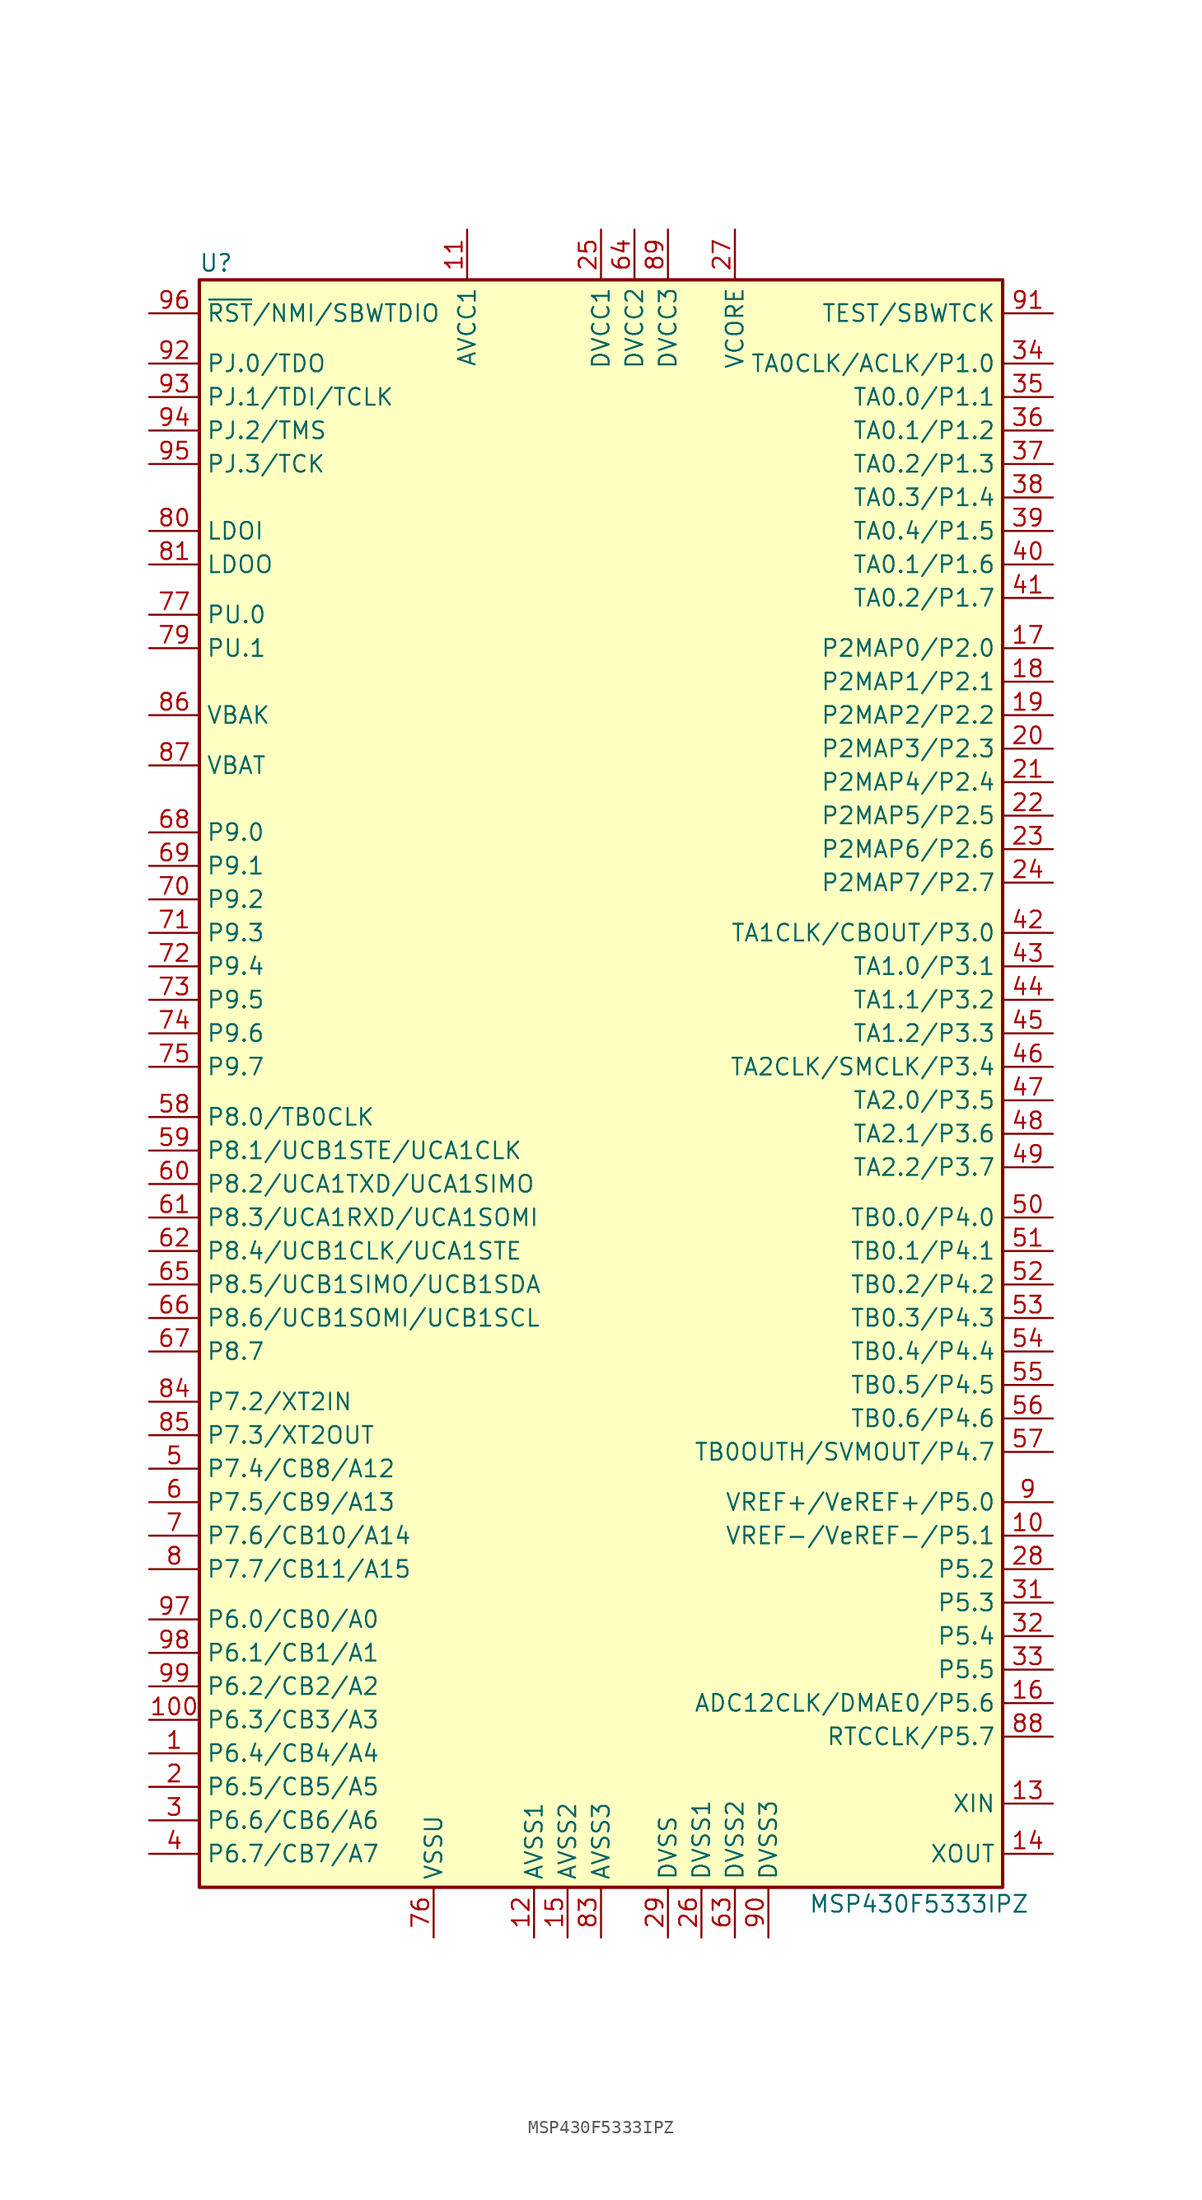
<source format=kicad_sym>
(kicad_symbol_lib
  (version 20201005)
  (generator kicad_symbol_editor)
  (symbol "MSP430F5333IPZ"
    (property "Reference" "U"
      (at -29.21 60.96 0)
      (effects (font (size 1.27 1.27))))
    (property "Value" "MSP430F5333IPZ"
      (at 24.13 -63.5 0)
      (effects (font (size 1.27 1.27))))
    (symbol "MSP430F5333IPZ_0_1"
      (rectangle (start -30.48 59.69) (end 30.48 -62.23) (stroke (width 0.254)) (fill (type background))))
    (symbol "MSP430F5333IPZ_1_1"
      (pin bidirectional line (at -34.29 -52.07 0) (length 3.81) (name "P6.4/CB4/A4" (effects (font (size 1.27 1.27)))) (number "1" (effects (font (size 1.27 1.27)))))
      (pin bidirectional line (at 34.29 -35.56 180) (length 3.81) (name "VREF-/VeREF-/P5.1" (effects (font (size 1.27 1.27)))) (number "10" (effects (font (size 1.27 1.27)))))
      (pin bidirectional line (at -34.29 -49.53 0) (length 3.81) (name "P6.3/CB3/A3" (effects (font (size 1.27 1.27)))) (number "100" (effects (font (size 1.27 1.27)))))
      (pin power_in line (at -10.16 63.5 270) (length 3.81) (name "AVCC1" (effects (font (size 1.27 1.27)))) (number "11" (effects (font (size 1.27 1.27)))))
      (pin power_in line (at -5.08 -66.04 90) (length 3.81) (name "AVSS1" (effects (font (size 1.27 1.27)))) (number "12" (effects (font (size 1.27 1.27)))))
      (pin bidirectional line (at 34.29 -55.88 180) (length 3.81) (name "XIN" (effects (font (size 1.27 1.27)))) (number "13" (effects (font (size 1.27 1.27)))))
      (pin bidirectional line (at 34.29 -59.69 180) (length 3.81) (name "XOUT" (effects (font (size 1.27 1.27)))) (number "14" (effects (font (size 1.27 1.27)))))
      (pin power_in line (at -2.54 -66.04 90) (length 3.81) (name "AVSS2" (effects (font (size 1.27 1.27)))) (number "15" (effects (font (size 1.27 1.27)))))
      (pin bidirectional line (at 34.29 -48.26 180) (length 3.81) (name "ADC12CLK/DMAE0/P5.6" (effects (font (size 1.27 1.27)))) (number "16" (effects (font (size 1.27 1.27)))))
      (pin bidirectional line (at 34.29 31.75 180) (length 3.81) (name "P2MAP0/P2.0" (effects (font (size 1.27 1.27)))) (number "17" (effects (font (size 1.27 1.27)))))
      (pin bidirectional line (at 34.29 29.21 180) (length 3.81) (name "P2MAP1/P2.1" (effects (font (size 1.27 1.27)))) (number "18" (effects (font (size 1.27 1.27)))))
      (pin bidirectional line (at 34.29 26.67 180) (length 3.81) (name "P2MAP2/P2.2" (effects (font (size 1.27 1.27)))) (number "19" (effects (font (size 1.27 1.27)))))
      (pin bidirectional line (at -34.29 -54.61 0) (length 3.81) (name "P6.5/CB5/A5" (effects (font (size 1.27 1.27)))) (number "2" (effects (font (size 1.27 1.27)))))
      (pin bidirectional line (at 34.29 24.13 180) (length 3.81) (name "P2MAP3/P2.3" (effects (font (size 1.27 1.27)))) (number "20" (effects (font (size 1.27 1.27)))))
      (pin bidirectional line (at 34.29 21.59 180) (length 3.81) (name "P2MAP4/P2.4" (effects (font (size 1.27 1.27)))) (number "21" (effects (font (size 1.27 1.27)))))
      (pin bidirectional line (at 34.29 19.05 180) (length 3.81) (name "P2MAP5/P2.5" (effects (font (size 1.27 1.27)))) (number "22" (effects (font (size 1.27 1.27)))))
      (pin bidirectional line (at 34.29 16.51 180) (length 3.81) (name "P2MAP6/P2.6" (effects (font (size 1.27 1.27)))) (number "23" (effects (font (size 1.27 1.27)))))
      (pin bidirectional line (at 34.29 13.97 180) (length 3.81) (name "P2MAP7/P2.7" (effects (font (size 1.27 1.27)))) (number "24" (effects (font (size 1.27 1.27)))))
      (pin power_in line (at 0 63.5 270) (length 3.81) (name "DVCC1" (effects (font (size 1.27 1.27)))) (number "25" (effects (font (size 1.27 1.27)))))
      (pin power_in line (at 7.62 -66.04 90) (length 3.81) (name "DVSS1" (effects (font (size 1.27 1.27)))) (number "26" (effects (font (size 1.27 1.27)))))
      (pin bidirectional line (at 10.16 63.5 270) (length 3.81) (name "VCORE" (effects (font (size 1.27 1.27)))) (number "27" (effects (font (size 1.27 1.27)))))
      (pin bidirectional line (at 34.29 -38.1 180) (length 3.81) (name "P5.2" (effects (font (size 1.27 1.27)))) (number "28" (effects (font (size 1.27 1.27)))))
      (pin power_in line (at 5.08 -66.04 90) (length 3.81) (name "DVSS" (effects (font (size 1.27 1.27)))) (number "29" (effects (font (size 1.27 1.27)))))
      (pin bidirectional line (at -34.29 -57.15 0) (length 3.81) (name "P6.6/CB6/A6" (effects (font (size 1.27 1.27)))) (number "3" (effects (font (size 1.27 1.27)))))
      (pin bidirectional line (at 34.29 -40.64 180) (length 3.81) (name "P5.3" (effects (font (size 1.27 1.27)))) (number "31" (effects (font (size 1.27 1.27)))))
      (pin bidirectional line (at 34.29 -43.18 180) (length 3.81) (name "P5.4" (effects (font (size 1.27 1.27)))) (number "32" (effects (font (size 1.27 1.27)))))
      (pin bidirectional line (at 34.29 -45.72 180) (length 3.81) (name "P5.5" (effects (font (size 1.27 1.27)))) (number "33" (effects (font (size 1.27 1.27)))))
      (pin bidirectional line (at 34.29 53.34 180) (length 3.81) (name "TA0CLK/ACLK/P1.0" (effects (font (size 1.27 1.27)))) (number "34" (effects (font (size 1.27 1.27)))))
      (pin bidirectional line (at 34.29 50.8 180) (length 3.81) (name "TA0.0/P1.1" (effects (font (size 1.27 1.27)))) (number "35" (effects (font (size 1.27 1.27)))))
      (pin bidirectional line (at 34.29 48.26 180) (length 3.81) (name "TA0.1/P1.2" (effects (font (size 1.27 1.27)))) (number "36" (effects (font (size 1.27 1.27)))))
      (pin bidirectional line (at 34.29 45.72 180) (length 3.81) (name "TA0.2/P1.3" (effects (font (size 1.27 1.27)))) (number "37" (effects (font (size 1.27 1.27)))))
      (pin bidirectional line (at 34.29 43.18 180) (length 3.81) (name "TA0.3/P1.4" (effects (font (size 1.27 1.27)))) (number "38" (effects (font (size 1.27 1.27)))))
      (pin bidirectional line (at 34.29 40.64 180) (length 3.81) (name "TA0.4/P1.5" (effects (font (size 1.27 1.27)))) (number "39" (effects (font (size 1.27 1.27)))))
      (pin bidirectional line (at -34.29 -59.69 0) (length 3.81) (name "P6.7/CB7/A7" (effects (font (size 1.27 1.27)))) (number "4" (effects (font (size 1.27 1.27)))))
      (pin bidirectional line (at 34.29 38.1 180) (length 3.81) (name "TA0.1/P1.6" (effects (font (size 1.27 1.27)))) (number "40" (effects (font (size 1.27 1.27)))))
      (pin bidirectional line (at 34.29 35.56 180) (length 3.81) (name "TA0.2/P1.7" (effects (font (size 1.27 1.27)))) (number "41" (effects (font (size 1.27 1.27)))))
      (pin bidirectional line (at 34.29 10.16 180) (length 3.81) (name "TA1CLK/CBOUT/P3.0" (effects (font (size 1.27 1.27)))) (number "42" (effects (font (size 1.27 1.27)))))
      (pin bidirectional line (at 34.29 7.62 180) (length 3.81) (name "TA1.0/P3.1" (effects (font (size 1.27 1.27)))) (number "43" (effects (font (size 1.27 1.27)))))
      (pin bidirectional line (at 34.29 5.08 180) (length 3.81) (name "TA1.1/P3.2" (effects (font (size 1.27 1.27)))) (number "44" (effects (font (size 1.27 1.27)))))
      (pin bidirectional line (at 34.29 2.54 180) (length 3.81) (name "TA1.2/P3.3" (effects (font (size 1.27 1.27)))) (number "45" (effects (font (size 1.27 1.27)))))
      (pin bidirectional line (at 34.29 0 180) (length 3.81) (name "TA2CLK/SMCLK/P3.4" (effects (font (size 1.27 1.27)))) (number "46" (effects (font (size 1.27 1.27)))))
      (pin bidirectional line (at 34.29 -2.54 180) (length 3.81) (name "TA2.0/P3.5" (effects (font (size 1.27 1.27)))) (number "47" (effects (font (size 1.27 1.27)))))
      (pin bidirectional line (at 34.29 -5.08 180) (length 3.81) (name "TA2.1/P3.6" (effects (font (size 1.27 1.27)))) (number "48" (effects (font (size 1.27 1.27)))))
      (pin bidirectional line (at 34.29 -7.62 180) (length 3.81) (name "TA2.2/P3.7" (effects (font (size 1.27 1.27)))) (number "49" (effects (font (size 1.27 1.27)))))
      (pin bidirectional line (at -34.29 -30.48 0) (length 3.81) (name "P7.4/CB8/A12" (effects (font (size 1.27 1.27)))) (number "5" (effects (font (size 1.27 1.27)))))
      (pin bidirectional line (at 34.29 -11.43 180) (length 3.81) (name "TB0.0/P4.0" (effects (font (size 1.27 1.27)))) (number "50" (effects (font (size 1.27 1.27)))))
      (pin bidirectional line (at 34.29 -13.97 180) (length 3.81) (name "TB0.1/P4.1" (effects (font (size 1.27 1.27)))) (number "51" (effects (font (size 1.27 1.27)))))
      (pin bidirectional line (at 34.29 -16.51 180) (length 3.81) (name "TB0.2/P4.2" (effects (font (size 1.27 1.27)))) (number "52" (effects (font (size 1.27 1.27)))))
      (pin bidirectional line (at 34.29 -19.05 180) (length 3.81) (name "TB0.3/P4.3" (effects (font (size 1.27 1.27)))) (number "53" (effects (font (size 1.27 1.27)))))
      (pin bidirectional line (at 34.29 -21.59 180) (length 3.81) (name "TB0.4/P4.4" (effects (font (size 1.27 1.27)))) (number "54" (effects (font (size 1.27 1.27)))))
      (pin bidirectional line (at 34.29 -24.13 180) (length 3.81) (name "TB0.5/P4.5" (effects (font (size 1.27 1.27)))) (number "55" (effects (font (size 1.27 1.27)))))
      (pin bidirectional line (at 34.29 -26.67 180) (length 3.81) (name "TB0.6/P4.6" (effects (font (size 1.27 1.27)))) (number "56" (effects (font (size 1.27 1.27)))))
      (pin bidirectional line (at 34.29 -29.21 180) (length 3.81) (name "TB0OUTH/SVMOUT/P4.7" (effects (font (size 1.27 1.27)))) (number "57" (effects (font (size 1.27 1.27)))))
      (pin bidirectional line (at -34.29 -3.81 0) (length 3.81) (name "P8.0/TB0CLK" (effects (font (size 1.27 1.27)))) (number "58" (effects (font (size 1.27 1.27)))))
      (pin bidirectional line (at -34.29 -6.35 0) (length 3.81) (name "P8.1/UCB1STE/UCA1CLK" (effects (font (size 1.27 1.27)))) (number "59" (effects (font (size 1.27 1.27)))))
      (pin bidirectional line (at -34.29 -33.02 0) (length 3.81) (name "P7.5/CB9/A13" (effects (font (size 1.27 1.27)))) (number "6" (effects (font (size 1.27 1.27)))))
      (pin bidirectional line (at -34.29 -8.89 0) (length 3.81) (name "P8.2/UCA1TXD/UCA1SIMO" (effects (font (size 1.27 1.27)))) (number "60" (effects (font (size 1.27 1.27)))))
      (pin bidirectional line (at -34.29 -11.43 0) (length 3.81) (name "P8.3/UCA1RXD/UCA1SOMI" (effects (font (size 1.27 1.27)))) (number "61" (effects (font (size 1.27 1.27)))))
      (pin bidirectional line (at -34.29 -13.97 0) (length 3.81) (name "P8.4/UCB1CLK/UCA1STE" (effects (font (size 1.27 1.27)))) (number "62" (effects (font (size 1.27 1.27)))))
      (pin power_in line (at 10.16 -66.04 90) (length 3.81) (name "DVSS2" (effects (font (size 1.27 1.27)))) (number "63" (effects (font (size 1.27 1.27)))))
      (pin power_in line (at 2.54 63.5 270) (length 3.81) (name "DVCC2" (effects (font (size 1.27 1.27)))) (number "64" (effects (font (size 1.27 1.27)))))
      (pin bidirectional line (at -34.29 -16.51 0) (length 3.81) (name "P8.5/UCB1SIMO/UCB1SDA" (effects (font (size 1.27 1.27)))) (number "65" (effects (font (size 1.27 1.27)))))
      (pin bidirectional line (at -34.29 -19.05 0) (length 3.81) (name "P8.6/UCB1SOMI/UCB1SCL" (effects (font (size 1.27 1.27)))) (number "66" (effects (font (size 1.27 1.27)))))
      (pin bidirectional line (at -34.29 -21.59 0) (length 3.81) (name "P8.7" (effects (font (size 1.27 1.27)))) (number "67" (effects (font (size 1.27 1.27)))))
      (pin bidirectional line (at -34.29 17.78 0) (length 3.81) (name "P9.0" (effects (font (size 1.27 1.27)))) (number "68" (effects (font (size 1.27 1.27)))))
      (pin bidirectional line (at -34.29 15.24 0) (length 3.81) (name "P9.1" (effects (font (size 1.27 1.27)))) (number "69" (effects (font (size 1.27 1.27)))))
      (pin bidirectional line (at -34.29 -35.56 0) (length 3.81) (name "P7.6/CB10/A14" (effects (font (size 1.27 1.27)))) (number "7" (effects (font (size 1.27 1.27)))))
      (pin bidirectional line (at -34.29 12.7 0) (length 3.81) (name "P9.2" (effects (font (size 1.27 1.27)))) (number "70" (effects (font (size 1.27 1.27)))))
      (pin bidirectional line (at -34.29 10.16 0) (length 3.81) (name "P9.3" (effects (font (size 1.27 1.27)))) (number "71" (effects (font (size 1.27 1.27)))))
      (pin bidirectional line (at -34.29 7.62 0) (length 3.81) (name "P9.4" (effects (font (size 1.27 1.27)))) (number "72" (effects (font (size 1.27 1.27)))))
      (pin bidirectional line (at -34.29 5.08 0) (length 3.81) (name "P9.5" (effects (font (size 1.27 1.27)))) (number "73" (effects (font (size 1.27 1.27)))))
      (pin bidirectional line (at -34.29 2.54 0) (length 3.81) (name "P9.6" (effects (font (size 1.27 1.27)))) (number "74" (effects (font (size 1.27 1.27)))))
      (pin bidirectional line (at -34.29 0 0) (length 3.81) (name "P9.7" (effects (font (size 1.27 1.27)))) (number "75" (effects (font (size 1.27 1.27)))))
      (pin power_in line (at -12.7 -66.04 90) (length 3.81) (name "VSSU" (effects (font (size 1.27 1.27)))) (number "76" (effects (font (size 1.27 1.27)))))
      (pin bidirectional line (at -34.29 34.29 0) (length 3.81) (name "PU.0" (effects (font (size 1.27 1.27)))) (number "77" (effects (font (size 1.27 1.27)))))
      (pin bidirectional line (at -34.29 31.75 0) (length 3.81) (name "PU.1" (effects (font (size 1.27 1.27)))) (number "79" (effects (font (size 1.27 1.27)))))
      (pin bidirectional line (at -34.29 -38.1 0) (length 3.81) (name "P7.7/CB11/A15" (effects (font (size 1.27 1.27)))) (number "8" (effects (font (size 1.27 1.27)))))
      (pin bidirectional line (at -34.29 40.64 0) (length 3.81) (name "LDOI" (effects (font (size 1.27 1.27)))) (number "80" (effects (font (size 1.27 1.27)))))
      (pin bidirectional line (at -34.29 38.1 0) (length 3.81) (name "LDOO" (effects (font (size 1.27 1.27)))) (number "81" (effects (font (size 1.27 1.27)))))
      (pin power_in line (at 0 -66.04 90) (length 3.81) (name "AVSS3" (effects (font (size 1.27 1.27)))) (number "83" (effects (font (size 1.27 1.27)))))
      (pin bidirectional line (at -34.29 -25.4 0) (length 3.81) (name "P7.2/XT2IN" (effects (font (size 1.27 1.27)))) (number "84" (effects (font (size 1.27 1.27)))))
      (pin bidirectional line (at -34.29 -27.94 0) (length 3.81) (name "P7.3/XT2OUT" (effects (font (size 1.27 1.27)))) (number "85" (effects (font (size 1.27 1.27)))))
      (pin bidirectional line (at -34.29 26.67 0) (length 3.81) (name "VBAK" (effects (font (size 1.27 1.27)))) (number "86" (effects (font (size 1.27 1.27)))))
      (pin bidirectional line (at -34.29 22.86 0) (length 3.81) (name "VBAT" (effects (font (size 1.27 1.27)))) (number "87" (effects (font (size 1.27 1.27)))))
      (pin bidirectional line (at 34.29 -50.8 180) (length 3.81) (name "RTCCLK/P5.7" (effects (font (size 1.27 1.27)))) (number "88" (effects (font (size 1.27 1.27)))))
      (pin power_in line (at 5.08 63.5 270) (length 3.81) (name "DVCC3" (effects (font (size 1.27 1.27)))) (number "89" (effects (font (size 1.27 1.27)))))
      (pin bidirectional line (at 34.29 -33.02 180) (length 3.81) (name "VREF+/VeREF+/P5.0" (effects (font (size 1.27 1.27)))) (number "9" (effects (font (size 1.27 1.27)))))
      (pin power_in line (at 12.7 -66.04 90) (length 3.81) (name "DVSS3" (effects (font (size 1.27 1.27)))) (number "90" (effects (font (size 1.27 1.27)))))
      (pin input line (at 34.29 57.15 180) (length 3.81) (name "TEST/SBWTCK" (effects (font (size 1.27 1.27)))) (number "91" (effects (font (size 1.27 1.27)))))
      (pin bidirectional line (at -34.29 53.34 0) (length 3.81) (name "PJ.0/TDO" (effects (font (size 1.27 1.27)))) (number "92" (effects (font (size 1.27 1.27)))))
      (pin bidirectional line (at -34.29 50.8 0) (length 3.81) (name "PJ.1/TDI/TCLK" (effects (font (size 1.27 1.27)))) (number "93" (effects (font (size 1.27 1.27)))))
      (pin bidirectional line (at -34.29 48.26 0) (length 3.81) (name "PJ.2/TMS" (effects (font (size 1.27 1.27)))) (number "94" (effects (font (size 1.27 1.27)))))
      (pin bidirectional line (at -34.29 45.72 0) (length 3.81) (name "PJ.3/TCK" (effects (font (size 1.27 1.27)))) (number "95" (effects (font (size 1.27 1.27)))))
      (pin input line (at -34.29 57.15 0) (length 3.81) (name "~RST~/NMI/SBWTDIO" (effects (font (size 1.27 1.27)))) (number "96" (effects (font (size 1.27 1.27)))))
      (pin bidirectional line (at -34.29 -41.91 0) (length 3.81) (name "P6.0/CB0/A0" (effects (font (size 1.27 1.27)))) (number "97" (effects (font (size 1.27 1.27)))))
      (pin bidirectional line (at -34.29 -44.45 0) (length 3.81) (name "P6.1/CB1/A1" (effects (font (size 1.27 1.27)))) (number "98" (effects (font (size 1.27 1.27)))))
      (pin bidirectional line (at -34.29 -46.99 0) (length 3.81) (name "P6.2/CB2/A2" (effects (font (size 1.27 1.27)))) (number "99" (effects (font (size 1.27 1.27))))))))
</source>
